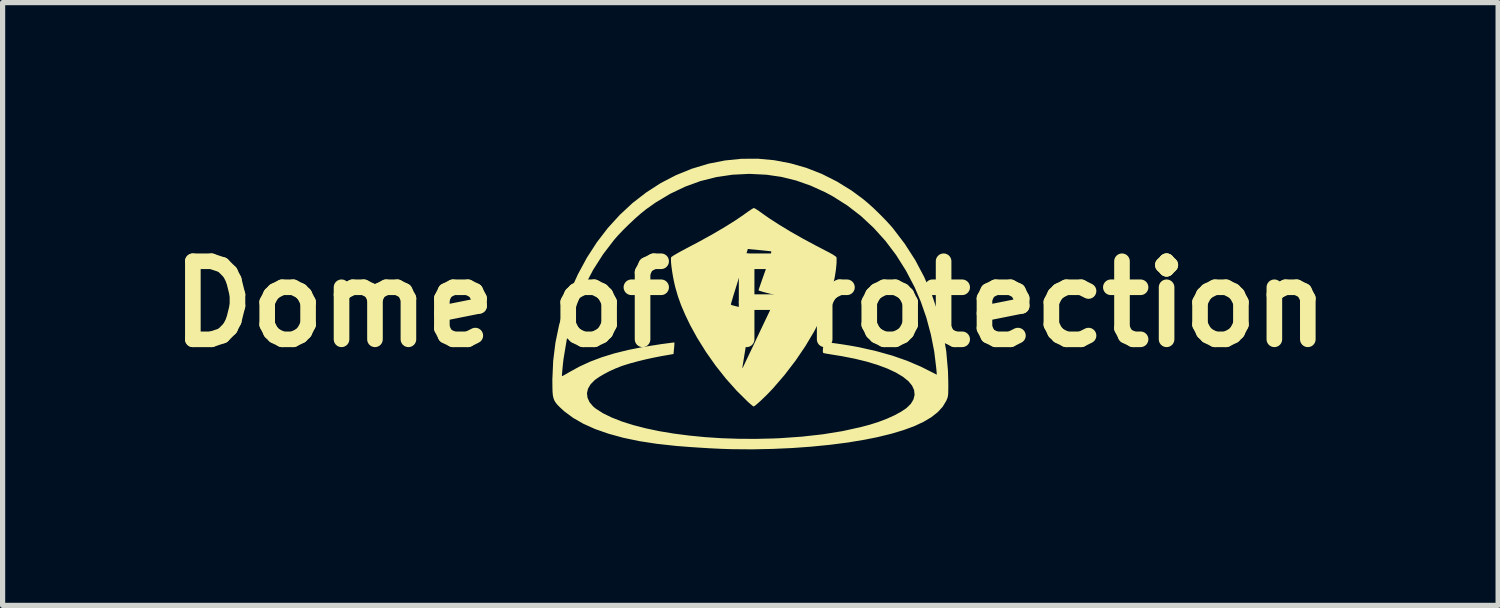
<source format=kicad_pcb>
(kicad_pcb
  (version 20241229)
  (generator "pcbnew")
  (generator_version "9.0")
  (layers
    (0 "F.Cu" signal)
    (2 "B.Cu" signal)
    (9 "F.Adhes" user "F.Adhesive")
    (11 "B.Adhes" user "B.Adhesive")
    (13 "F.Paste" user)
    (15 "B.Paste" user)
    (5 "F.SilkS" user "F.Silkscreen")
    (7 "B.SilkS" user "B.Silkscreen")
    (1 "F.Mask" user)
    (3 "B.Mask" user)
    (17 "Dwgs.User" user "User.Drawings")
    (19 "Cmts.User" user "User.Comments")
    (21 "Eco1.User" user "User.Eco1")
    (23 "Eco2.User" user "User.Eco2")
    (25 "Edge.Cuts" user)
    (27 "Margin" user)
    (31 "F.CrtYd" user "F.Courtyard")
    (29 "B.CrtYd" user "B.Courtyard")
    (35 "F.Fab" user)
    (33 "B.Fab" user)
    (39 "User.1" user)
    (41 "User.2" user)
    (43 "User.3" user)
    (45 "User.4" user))
  (footprint "Dome of Protection"
    (layer "F.Cu")
    (at 11.371 2.793)
    (property "Reference" "Dome of Protection" (at 0 0 0) (layer "F.SilkS") (effects (font (size 1.5 1.5) (thickness 0.3))))
    (attr board_only exclude_from_pos_files exclude_from_bom)
    (fp_poly (pts (xy 0.09 -1.836) (xy 0.129 -1.812) (xy 0.177 -1.779) (xy 0.189 -1.77) (xy 0.356 -1.652) (xy 0.551 -1.526) (xy 0.77 -1.393) (xy 1.011 -1.256) (xy 1.272 -1.116) (xy 1.434 -1.032) (xy 1.53 -0.982) (xy 1.6 -0.941) (xy 1.643 -0.912) (xy 1.658 -0.893) (xy 1.658 -0.893) (xy 1.657 -0.787) (xy 1.645 -0.66) (xy 1.623 -0.519) (xy 1.592 -0.372) (xy 1.554 -0.226) (xy 1.51 -0.088) (xy 1.495 -0.047) (xy 1.376 0.234) (xy 1.23 0.521) (xy 1.059 0.808) (xy 0.867 1.091) (xy 0.655 1.367) (xy 0.442 1.614) (xy 0.38 1.68) (xy 0.314 1.748) (xy 0.248 1.812) (xy 0.186 1.871) (xy 0.132 1.919) (xy 0.091 1.953) (xy 0.065 1.969) (xy 0.062 1.969) (xy 0.047 1.96) (xy 0.014 1.933) (xy -0.03 1.895) (xy -0.053 1.874) (xy -0.262 1.667) (xy -0.468 1.436) (xy -0.667 1.185) (xy -0.853 0.921) (xy -1.022 0.65) (xy -1.156 0.406) (xy -1.25 0.211) (xy -1.327 0.032) (xy -1.335 0.01) (xy -0.375 0.01) (xy -0.361 0.019) (xy -0.322 0.031) (xy -0.263 0.046) (xy -0.192 0.061) (xy -0.188 0.062) (xy -0.115 0.077) (xy -0.052 0.091) (xy -0.007 0.102) (xy 0.014 0.109) (xy 0.014 0.109) (xy 0.016 0.127) (xy 0.012 0.174) (xy 0.003 0.25) (xy -0.012 0.353) (xy -0.032 0.482) (xy -0.057 0.635) (xy -0.063 0.673) (xy -0.084 0.8) (xy -0.104 0.918) (xy -0.121 1.022) (xy -0.135 1.11) (xy -0.146 1.177) (xy -0.153 1.219) (xy -0.155 1.235) (xy -0.149 1.229) (xy -0.136 1.204) (xy -0.125 1.182) (xy -0.103 1.135) (xy -0.07 1.065) (xy -0.028 0.977) (xy 0.022 0.872) (xy 0.078 0.754) (xy 0.139 0.625) (xy 0.198 0.5) (xy 0.514 -0.164) (xy 0.335 -0.209) (xy 0.265 -0.227) (xy 0.208 -0.244) (xy 0.17 -0.256) (xy 0.157 -0.264) (xy 0.162 -0.28) (xy 0.176 -0.323) (xy 0.198 -0.386) (xy 0.226 -0.467) (xy 0.259 -0.56) (xy 0.288 -0.641) (xy 0.33 -0.762) (xy 0.363 -0.861) (xy 0.387 -0.936) (xy 0.4 -0.987) (xy 0.402 -1.011) (xy 0.401 -1.012) (xy 0.379 -1.015) (xy 0.333 -1.02) (xy 0.268 -1.027) (xy 0.191 -1.035) (xy 0.168 -1.037) (xy -0.048 -1.057) (xy -0.109 -0.86) (xy -0.133 -0.783) (xy -0.163 -0.685) (xy -0.198 -0.573) (xy -0.234 -0.457) (xy -0.269 -0.344) (xy -0.272 -0.334) (xy -0.302 -0.237) (xy -0.329 -0.151) (xy -0.35 -0.078) (xy -0.366 -0.025) (xy -0.374 0.006) (xy -0.375 0.01) (xy -1.335 0.01) (xy -1.39 -0.142) (xy -1.441 -0.317) (xy -1.446 -0.336) (xy -1.466 -0.424) (xy -1.485 -0.519) (xy -1.501 -0.615) (xy -1.514 -0.706) (xy -1.523 -0.786) (xy -1.526 -0.85) (xy -1.524 -0.891) (xy -1.522 -0.898) (xy -1.506 -0.912) (xy -1.467 -0.938) (xy -1.408 -0.972) (xy -1.335 -1.013) (xy -1.252 -1.057) (xy -1.245 -1.061) (xy -0.964 -1.21) (xy -0.711 -1.35) (xy -0.487 -1.482) (xy -0.292 -1.604) (xy -0.126 -1.717) (xy -0.085 -1.747) (xy -0.028 -1.787) (xy 0.021 -1.82) (xy 0.055 -1.84) (xy 0.068 -1.844)) (stroke (width 0) (type solid)) (fill yes) (layer "F.SilkS"))
    (fp_poly (pts (xy 0.458 -2.764) (xy 0.768 -2.705) (xy 1.074 -2.618) (xy 1.373 -2.501) (xy 1.663 -2.355) (xy 1.945 -2.181) (xy 2.157 -2.025) (xy 2.26 -1.94) (xy 2.374 -1.837) (xy 2.49 -1.724) (xy 2.602 -1.61) (xy 2.701 -1.502) (xy 2.741 -1.455) (xy 2.966 -1.16) (xy 3.167 -0.848) (xy 3.341 -0.52) (xy 3.489 -0.178) (xy 3.609 0.174) (xy 3.701 0.536) (xy 3.765 0.905) (xy 3.798 1.28) (xy 3.804 1.477) (xy 3.805 1.581) (xy 3.804 1.659) (xy 3.803 1.716) (xy 3.799 1.758) (xy 3.793 1.791) (xy 3.783 1.82) (xy 3.77 1.85) (xy 3.764 1.863) (xy 3.697 1.974) (xy 3.603 2.077) (xy 3.481 2.174) (xy 3.331 2.263) (xy 3.153 2.347) (xy 2.945 2.423) (xy 2.708 2.494) (xy 2.441 2.559) (xy 2.196 2.608) (xy 1.879 2.661) (xy 1.537 2.705) (xy 1.176 2.741) (xy 0.802 2.768) (xy 0.421 2.785) (xy 0.037 2.793) (xy -0.342 2.79) (xy -0.445 2.787) (xy -0.557 2.783) (xy -0.691 2.777) (xy -0.84 2.769) (xy -0.997 2.759) (xy -1.151 2.749) (xy -1.297 2.738) (xy -1.424 2.728) (xy -1.431 2.727) (xy -1.797 2.687) (xy -2.135 2.635) (xy -2.445 2.57) (xy -2.728 2.492) (xy -2.983 2.403) (xy -3.21 2.301) (xy -3.408 2.187) (xy -3.578 2.061) (xy -3.66 1.985) (xy -3.706 1.939) (xy -3.74 1.897) (xy -3.766 1.855) (xy -3.784 1.808) (xy -3.796 1.751) (xy -3.802 1.679) (xy -3.804 1.587) (xy -3.805 1.469) (xy -3.805 1.446) (xy -3.802 1.383) (xy -3.621 1.383) (xy -3.621 1.386) (xy -3.606 1.381) (xy -3.571 1.362) (xy -3.521 1.334) (xy -3.484 1.312) (xy -3.29 1.205) (xy -3.082 1.109) (xy -2.857 1.024) (xy -2.614 0.949) (xy -2.348 0.883) (xy -2.058 0.825) (xy -1.739 0.775) (xy -1.736 0.774) (xy -1.647 0.762) (xy -1.571 0.752) (xy -1.51 0.744) (xy -1.472 0.74) (xy -1.459 0.739) (xy -1.459 0.756) (xy -1.461 0.795) (xy -1.466 0.848) (xy -1.466 0.852) (xy -1.477 0.961) (xy -1.712 1.002) (xy -1.86 1.031) (xy -2.016 1.065) (xy -2.17 1.103) (xy -2.314 1.142) (xy -2.44 1.181) (xy -2.486 1.197) (xy -2.594 1.24) (xy -2.706 1.291) (xy -2.813 1.347) (xy -2.908 1.403) (xy -2.982 1.455) (xy -2.988 1.46) (xy -3.069 1.541) (xy -3.12 1.627) (xy -3.14 1.715) (xy -3.129 1.803) (xy -3.089 1.889) (xy -3.019 1.971) (xy -2.97 2.011) (xy -2.831 2.1) (xy -2.663 2.182) (xy -2.469 2.258) (xy -2.25 2.327) (xy -2.01 2.389) (xy -1.75 2.444) (xy -1.472 2.49) (xy -1.179 2.528) (xy -0.872 2.558) (xy -0.555 2.579) (xy -0.228 2.59) (xy 0.106 2.592) (xy 0.444 2.584) (xy 0.564 2.579) (xy 0.991 2.549) (xy 1.393 2.504) (xy 1.77 2.443) (xy 2.12 2.366) (xy 2.297 2.319) (xy 2.463 2.266) (xy 2.621 2.206) (xy 2.766 2.141) (xy 2.892 2.073) (xy 2.994 2.005) (xy 3.002 1.999) (xy 3.084 1.919) (xy 3.135 1.834) (xy 3.157 1.746) (xy 3.148 1.657) (xy 3.109 1.569) (xy 3.04 1.485) (xy 3.038 1.483) (xy 2.931 1.397) (xy 2.795 1.316) (xy 2.632 1.24) (xy 2.444 1.17) (xy 2.233 1.106) (xy 2.002 1.05) (xy 1.752 1.001) (xy 1.688 0.991) (xy 1.601 0.977) (xy 1.523 0.964) (xy 1.462 0.954) (xy 1.421 0.946) (xy 1.409 0.944) (xy 1.397 0.933) (xy 1.393 0.906) (xy 1.396 0.857) (xy 1.398 0.84) (xy 1.405 0.788) (xy 1.412 0.75) (xy 1.416 0.736) (xy 1.435 0.734) (xy 1.479 0.737) (xy 1.545 0.745) (xy 1.626 0.755) (xy 1.718 0.768) (xy 1.816 0.783) (xy 1.915 0.799) (xy 2.01 0.816) (xy 2.087 0.83) (xy 2.422 0.906) (xy 2.73 0.992) (xy 3.013 1.091) (xy 3.273 1.202) (xy 3.343 1.237) (xy 3.584 1.358) (xy 3.573 1.23) (xy 3.534 0.911) (xy 3.47 0.587) (xy 3.384 0.265) (xy 3.276 -0.046) (xy 3.157 -0.324) (xy 2.99 -0.643) (xy 2.803 -0.94) (xy 2.596 -1.214) (xy 2.369 -1.465) (xy 2.125 -1.692) (xy 1.864 -1.893) (xy 1.586 -2.069) (xy 1.441 -2.147) (xy 1.16 -2.275) (xy 0.881 -2.373) (xy 0.599 -2.443) (xy 0.31 -2.485) (xy 0.009 -2.5) (xy -0.029 -2.501) (xy -0.346 -2.485) (xy -0.655 -2.439) (xy -0.958 -2.363) (xy -1.252 -2.256) (xy -1.539 -2.119) (xy -1.818 -1.952) (xy -2.001 -1.823) (xy -2.102 -1.742) (xy -2.214 -1.644) (xy -2.331 -1.534) (xy -2.446 -1.421) (xy -2.55 -1.311) (xy -2.618 -1.233) (xy -2.831 -0.955) (xy -3.021 -0.657) (xy -3.187 -0.341) (xy -3.327 -0.01) (xy -3.442 0.335) (xy -3.53 0.692) (xy -3.591 1.06) (xy -3.602 1.156) (xy -3.61 1.237) (xy -3.616 1.305) (xy -3.62 1.356) (xy -3.621 1.383) (xy -3.802 1.383) (xy -3.789 1.09) (xy -3.746 0.743) (xy -3.675 0.4) (xy -3.575 0.06) (xy -3.446 -0.281) (xy -3.314 -0.571) (xy -3.142 -0.889) (xy -2.95 -1.186) (xy -2.739 -1.461) (xy -2.509 -1.713) (xy -2.263 -1.942) (xy -2 -2.145) (xy -1.723 -2.324) (xy -1.432 -2.475) (xy -1.128 -2.599) (xy -0.813 -2.694) (xy -0.803 -2.697) (xy -0.488 -2.759) (xy -0.172 -2.791) (xy 0.144 -2.793)) (stroke (width 0) (type solid)) (fill yes) (layer "F.SilkS")))
  (gr_rect
    (start -3 -3)
    (end 25.743 8.585)
    (stroke (width 0.1) (type default))
    (fill no)
    (layer "Edge.Cuts")))
</source>
